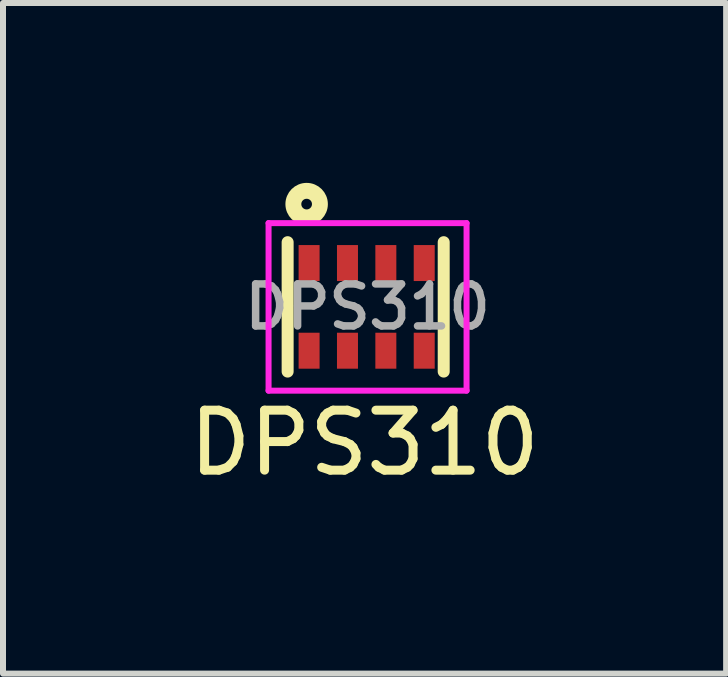
<source format=kicad_pcb>
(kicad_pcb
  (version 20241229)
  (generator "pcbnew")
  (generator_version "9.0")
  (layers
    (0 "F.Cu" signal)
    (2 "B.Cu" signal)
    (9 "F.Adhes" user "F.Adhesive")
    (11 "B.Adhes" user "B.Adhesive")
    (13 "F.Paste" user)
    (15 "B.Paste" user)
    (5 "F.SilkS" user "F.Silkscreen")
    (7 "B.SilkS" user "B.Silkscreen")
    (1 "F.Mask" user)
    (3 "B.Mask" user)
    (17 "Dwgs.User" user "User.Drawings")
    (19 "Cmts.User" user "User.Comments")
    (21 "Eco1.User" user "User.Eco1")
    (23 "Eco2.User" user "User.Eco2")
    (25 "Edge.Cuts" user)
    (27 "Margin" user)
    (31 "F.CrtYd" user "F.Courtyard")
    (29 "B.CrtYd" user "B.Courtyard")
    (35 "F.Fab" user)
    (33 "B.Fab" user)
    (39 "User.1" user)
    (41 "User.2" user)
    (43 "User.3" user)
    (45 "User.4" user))
  (footprint "DPS310"
    (layer "F.Cu")
    (at 3.08 2.068)
    (property "Reference" "DPS310" (at -0.051 2.268 0) (layer "F.SilkS") (effects (font (size 1 1) (thickness 0.15))))
    (attr through_hole)
    (fp_line (start -1.333 1.079) (end -1.333 -1.079) (stroke (width 0.2) (type solid)) (layer "F.SilkS"))
    (fp_line (start 1.27 -1.079) (end 1.27 1.079) (stroke (width 0.2) (type solid)) (layer "F.SilkS"))
    (fp_circle (center -1.016 -1.714) (end -0.953 -1.651) (stroke (width 0.2) (type solid)) (fill no) (layer "F.SilkS"))
    (fp_circle (center -1.016 -1.714) (end -0.762 -1.714) (stroke (width 0.2) (type solid)) (fill no) (layer "F.SilkS"))
    (fp_line (start -1.651 -1.397) (end 1.651 -1.397) (stroke (width 0.1) (type solid)) (layer "F.CrtYd"))
    (fp_line (start -1.651 1.397) (end -1.651 -1.397) (stroke (width 0.1) (type solid)) (layer "F.CrtYd"))
    (fp_line (start 1.651 -1.397) (end 1.651 1.397) (stroke (width 0.1) (type solid)) (layer "F.CrtYd"))
    (fp_line (start 1.651 1.397) (end -1.651 1.397) (stroke (width 0.1) (type solid)) (layer "F.CrtYd"))
    (fp_text user "${REFERENCE}" (at 0 0 0) (layer "F.Fab") (effects (font (size 0.7 0.7) (thickness 0.125))))
    (pad "1" smd rect (at -0.975 -0.731) (size 0.35 0.6) (layers "F.Cu" "F.Mask" "F.Paste"))
    (pad "2" smd rect (at -0.335 -0.731) (size 0.35 0.6) (layers "F.Cu" "F.Mask" "F.Paste"))
    (pad "3" smd rect (at 0.305 -0.731) (size 0.35 0.6) (layers "F.Cu" "F.Mask" "F.Paste"))
    (pad "4" smd rect (at 0.945 -0.731) (size 0.35 0.6) (layers "F.Cu" "F.Mask" "F.Paste"))
    (pad "5" smd rect (at 0.945 0.731) (size 0.35 0.6) (layers "F.Cu" "F.Mask" "F.Paste"))
    (pad "6" smd rect (at 0.305 0.731) (size 0.35 0.6) (layers "F.Cu" "F.Mask" "F.Paste"))
    (pad "7" smd rect (at -0.335 0.731) (size 0.35 0.6) (layers "F.Cu" "F.Mask" "F.Paste"))
    (pad "8" smd rect (at -0.975 0.731) (size 0.35 0.6) (layers "F.Cu" "F.Mask" "F.Paste")))
  (gr_rect
    (start -3 -3)
    (end 9.06 8.184)
    (stroke (width 0.1) (type default))
    (fill no)
    (layer "Edge.Cuts")))
</source>
